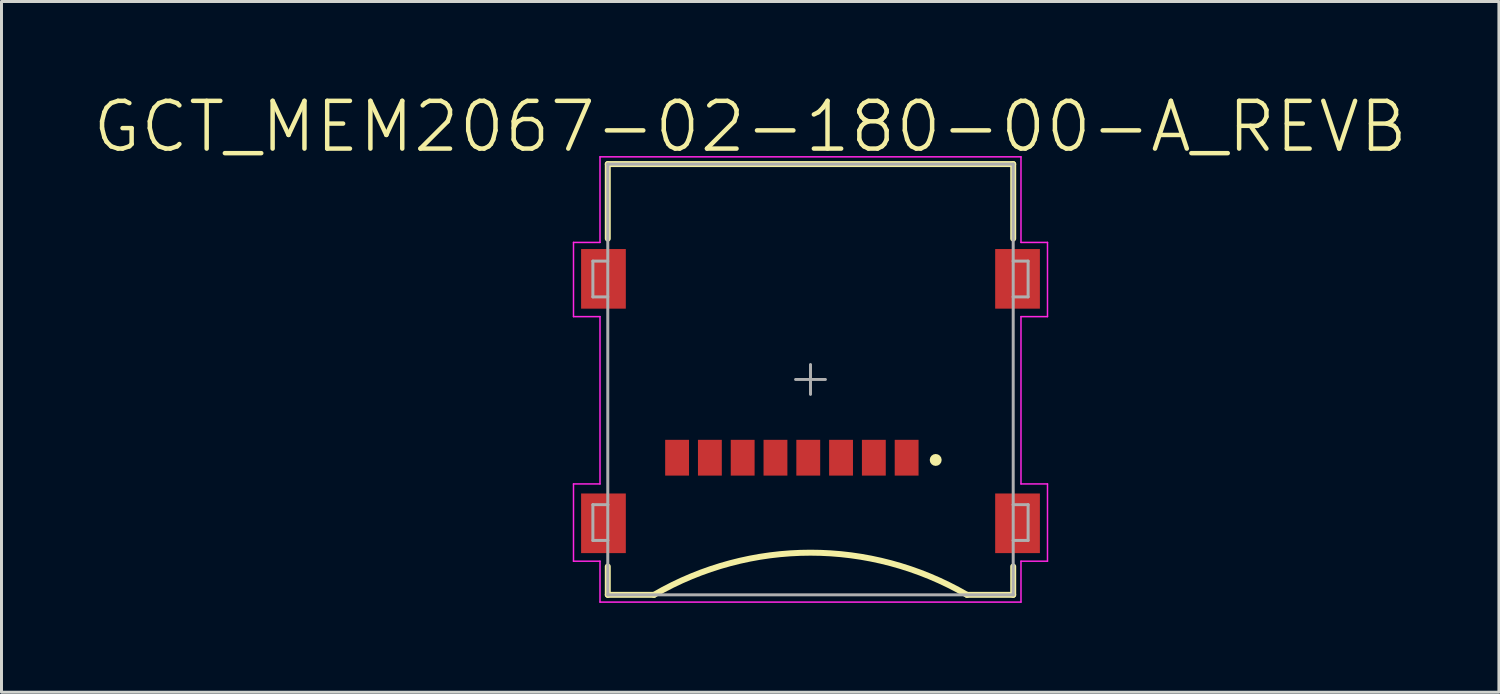
<source format=kicad_pcb>
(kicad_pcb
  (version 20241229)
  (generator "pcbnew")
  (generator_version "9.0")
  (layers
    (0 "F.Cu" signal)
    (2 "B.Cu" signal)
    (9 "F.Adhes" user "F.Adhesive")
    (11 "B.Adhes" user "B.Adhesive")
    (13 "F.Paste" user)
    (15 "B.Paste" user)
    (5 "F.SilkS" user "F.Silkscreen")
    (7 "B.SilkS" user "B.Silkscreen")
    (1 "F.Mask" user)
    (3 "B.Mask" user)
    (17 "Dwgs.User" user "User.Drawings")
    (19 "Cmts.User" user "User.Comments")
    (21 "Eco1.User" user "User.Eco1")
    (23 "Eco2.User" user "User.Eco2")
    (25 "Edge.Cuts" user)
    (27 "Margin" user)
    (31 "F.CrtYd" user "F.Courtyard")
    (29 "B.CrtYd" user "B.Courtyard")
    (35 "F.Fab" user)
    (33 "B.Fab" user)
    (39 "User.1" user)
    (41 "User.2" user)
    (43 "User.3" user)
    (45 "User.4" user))
  (footprint "GCT_MEM2067-02-180-00-A_REVB"
    (layer "F.Cu")
    (at 24.138 9.679)
    (property "Reference" "GCT_MEM2067-02-180-00-A_REVB" (at -2.023 -8.478 0) (layer "F.SilkS") (effects (font (size 1.602 1.602) (thickness 0.15))))
    (attr through_hole)
    (fp_line (start -6.8 -7.225) (end 6.8 -7.225) (stroke (width 0.2) (type solid)) (layer "F.SilkS"))
    (fp_line (start -6.8 -4.725) (end -6.8 -7.225) (stroke (width 0.2) (type solid)) (layer "F.SilkS"))
    (fp_line (start -6.8 7.225) (end -6.8 6.275) (stroke (width 0.2) (type solid)) (layer "F.SilkS"))
    (fp_line (start -6.8 7.225) (end -5.25 7.225) (stroke (width 0.2) (type solid)) (layer "F.SilkS"))
    (fp_line (start 5.25 7.225) (end 6.8 7.225) (stroke (width 0.2) (type solid)) (layer "F.SilkS"))
    (fp_line (start 6.8 -4.725) (end 6.8 -7.225) (stroke (width 0.2) (type solid)) (layer "F.SilkS"))
    (fp_line (start 6.8 7.225) (end 6.8 6.275) (stroke (width 0.2) (type solid)) (layer "F.SilkS"))
    (fp_arc (start -5.25 7.225) (mid 0 5.810899) (end 5.25 7.225) (stroke (width 0.2) (type solid)) (layer "F.SilkS"))
    (fp_circle (center 4.2 2.7) (end 4.3 2.7) (stroke (width 0.2) (type solid)) (fill no) (layer "F.SilkS"))
    (fp_line (start -7.95 -4.597) (end -7.061 -4.597) (stroke (width 0.05) (type solid)) (layer "F.CrtYd"))
    (fp_line (start -7.95 -2.108) (end -7.95 -4.597) (stroke (width 0.05) (type solid)) (layer "F.CrtYd"))
    (fp_line (start -7.95 -2.108) (end -7.061 -2.108) (stroke (width 0.05) (type solid)) (layer "F.CrtYd"))
    (fp_line (start -7.95 3.505) (end -7.061 3.505) (stroke (width 0.05) (type solid)) (layer "F.CrtYd"))
    (fp_line (start -7.95 6.096) (end -7.95 3.505) (stroke (width 0.05) (type solid)) (layer "F.CrtYd"))
    (fp_line (start -7.95 6.096) (end -7.061 6.096) (stroke (width 0.05) (type solid)) (layer "F.CrtYd"))
    (fp_line (start -7.061 -7.468) (end 7.061 -7.468) (stroke (width 0.05) (type solid)) (layer "F.CrtYd"))
    (fp_line (start -7.061 -4.597) (end -7.061 -7.468) (stroke (width 0.05) (type solid)) (layer "F.CrtYd"))
    (fp_line (start -7.061 3.505) (end -7.061 -2.108) (stroke (width 0.05) (type solid)) (layer "F.CrtYd"))
    (fp_line (start -7.061 7.468) (end -7.061 6.096) (stroke (width 0.05) (type solid)) (layer "F.CrtYd"))
    (fp_line (start -7.061 7.468) (end 7.061 7.468) (stroke (width 0.05) (type solid)) (layer "F.CrtYd"))
    (fp_line (start 7.061 -4.597) (end 7.061 -7.468) (stroke (width 0.05) (type solid)) (layer "F.CrtYd"))
    (fp_line (start 7.061 -4.597) (end 7.95 -4.597) (stroke (width 0.05) (type solid)) (layer "F.CrtYd"))
    (fp_line (start 7.061 -2.108) (end 7.95 -2.108) (stroke (width 0.05) (type solid)) (layer "F.CrtYd"))
    (fp_line (start 7.061 3.505) (end 7.061 -2.108) (stroke (width 0.05) (type solid)) (layer "F.CrtYd"))
    (fp_line (start 7.061 3.505) (end 7.95 3.505) (stroke (width 0.05) (type solid)) (layer "F.CrtYd"))
    (fp_line (start 7.061 6.096) (end 7.95 6.096) (stroke (width 0.05) (type solid)) (layer "F.CrtYd"))
    (fp_line (start 7.061 7.468) (end 7.061 6.096) (stroke (width 0.05) (type solid)) (layer "F.CrtYd"))
    (fp_line (start 7.95 -2.108) (end 7.95 -4.597) (stroke (width 0.05) (type solid)) (layer "F.CrtYd"))
    (fp_line (start 7.95 6.096) (end 7.95 3.505) (stroke (width 0.05) (type solid)) (layer "F.CrtYd"))
    (fp_line (start -7.3 -3.97) (end -6.8 -3.97) (stroke (width 0.1) (type solid)) (layer "F.Fab"))
    (fp_line (start -7.3 -2.77) (end -7.3 -3.97) (stroke (width 0.1) (type solid)) (layer "F.Fab"))
    (fp_line (start -7.3 -2.77) (end -6.8 -2.77) (stroke (width 0.1) (type solid)) (layer "F.Fab"))
    (fp_line (start -7.3 4.2) (end -6.8 4.2) (stroke (width 0.1) (type solid)) (layer "F.Fab"))
    (fp_line (start -7.3 5.4) (end -7.3 4.2) (stroke (width 0.1) (type solid)) (layer "F.Fab"))
    (fp_line (start -7.3 5.4) (end -6.8 5.4) (stroke (width 0.1) (type solid)) (layer "F.Fab"))
    (fp_line (start -6.8 -7.225) (end 6.8 -7.225) (stroke (width 0.1) (type solid)) (layer "F.Fab"))
    (fp_line (start -6.8 4.2) (end -6.8 -7.225) (stroke (width 0.1) (type solid)) (layer "F.Fab"))
    (fp_line (start -6.8 5.4) (end -6.8 4.2) (stroke (width 0.1) (type solid)) (layer "F.Fab"))
    (fp_line (start -6.8 7.225) (end -6.8 5.4) (stroke (width 0.1) (type solid)) (layer "F.Fab"))
    (fp_line (start -6.8 7.225) (end 6.8 7.225) (stroke (width 0.1) (type solid)) (layer "F.Fab"))
    (fp_line (start -0.5 0) (end 0.5 0) (stroke (width 0.1) (type solid)) (layer "F.Fab"))
    (fp_line (start 0 0.5) (end 0 -0.5) (stroke (width 0.1) (type solid)) (layer "F.Fab"))
    (fp_line (start 6.8 -3.97) (end 6.8 -7.225) (stroke (width 0.1) (type solid)) (layer "F.Fab"))
    (fp_line (start 6.8 -3.97) (end 7.3 -3.97) (stroke (width 0.1) (type solid)) (layer "F.Fab"))
    (fp_line (start 6.8 -2.77) (end 6.8 -3.97) (stroke (width 0.1) (type solid)) (layer "F.Fab"))
    (fp_line (start 6.8 -2.77) (end 7.3 -2.77) (stroke (width 0.1) (type solid)) (layer "F.Fab"))
    (fp_line (start 6.8 4.2) (end 6.8 -2.77) (stroke (width 0.1) (type solid)) (layer "F.Fab"))
    (fp_line (start 6.8 4.2) (end 7.3 4.2) (stroke (width 0.1) (type solid)) (layer "F.Fab"))
    (fp_line (start 6.8 5.4) (end 6.8 4.2) (stroke (width 0.1) (type solid)) (layer "F.Fab"))
    (fp_line (start 6.8 5.4) (end 7.3 5.4) (stroke (width 0.1) (type solid)) (layer "F.Fab"))
    (fp_line (start 6.8 7.225) (end 6.8 5.4) (stroke (width 0.1) (type solid)) (layer "F.Fab"))
    (fp_line (start 7.3 -2.77) (end 7.3 -3.97) (stroke (width 0.1) (type solid)) (layer "F.Fab"))
    (fp_line (start 7.3 5.4) (end 7.3 4.2) (stroke (width 0.1) (type solid)) (layer "F.Fab"))
    (pad "1" smd rect (at 3.225 2.625) (size 0.8 1.2) (layers "F.Cu" "F.Mask" "F.Paste"))
    (pad "2" smd rect (at 2.125 2.625) (size 0.8 1.2) (layers "F.Cu" "F.Mask" "F.Paste"))
    (pad "3" smd rect (at 1.025 2.625) (size 0.8 1.2) (layers "F.Cu" "F.Mask" "F.Paste"))
    (pad "4" smd rect (at -0.075 2.625) (size 0.8 1.2) (layers "F.Cu" "F.Mask" "F.Paste"))
    (pad "5" smd rect (at -1.175 2.625) (size 0.8 1.2) (layers "F.Cu" "F.Mask" "F.Paste"))
    (pad "6" smd rect (at -2.275 2.625) (size 0.8 1.2) (layers "F.Cu" "F.Mask" "F.Paste"))
    (pad "7" smd rect (at -3.375 2.625) (size 0.8 1.2) (layers "F.Cu" "F.Mask" "F.Paste"))
    (pad "8" smd rect (at -4.475 2.625) (size 0.8 1.2) (layers "F.Cu" "F.Mask" "F.Paste"))
    (pad "9" smd rect (at -6.945 4.825) (size 1.5 2) (layers "F.Cu" "F.Mask" "F.Paste"))
    (pad "10" smd rect (at -6.945 -3.375) (size 1.5 2) (layers "F.Cu" "F.Mask" "F.Paste"))
    (pad "11" smd rect (at 6.945 -3.375) (size 1.5 2) (layers "F.Cu" "F.Mask" "F.Paste"))
    (pad "12" smd rect (at 6.945 4.825) (size 1.5 2) (layers "F.Cu" "F.Mask" "F.Paste"))
    (zone (net_name "") (layer "F.Cu") (hatch full 0.508) (connect_pads) (min_thickness 0.01) (filled_areas_thickness no) (keepout (tracks not_allowed) (vias not_allowed) (pads not_allowed) (copperpour not_allowed) (footprints allowed)) (placement (enabled no)) (fill) (polygon (pts (xy 18.984 3.854) (xy 27.988 3.854) (xy 27.988 6.651) (xy 18.984 6.651)))))
  (gr_rect
    (start -3 -3)
    (end 47.231 20.171)
    (stroke (width 0.1) (type default))
    (fill no)
    (layer "Edge.Cuts")))
</source>
